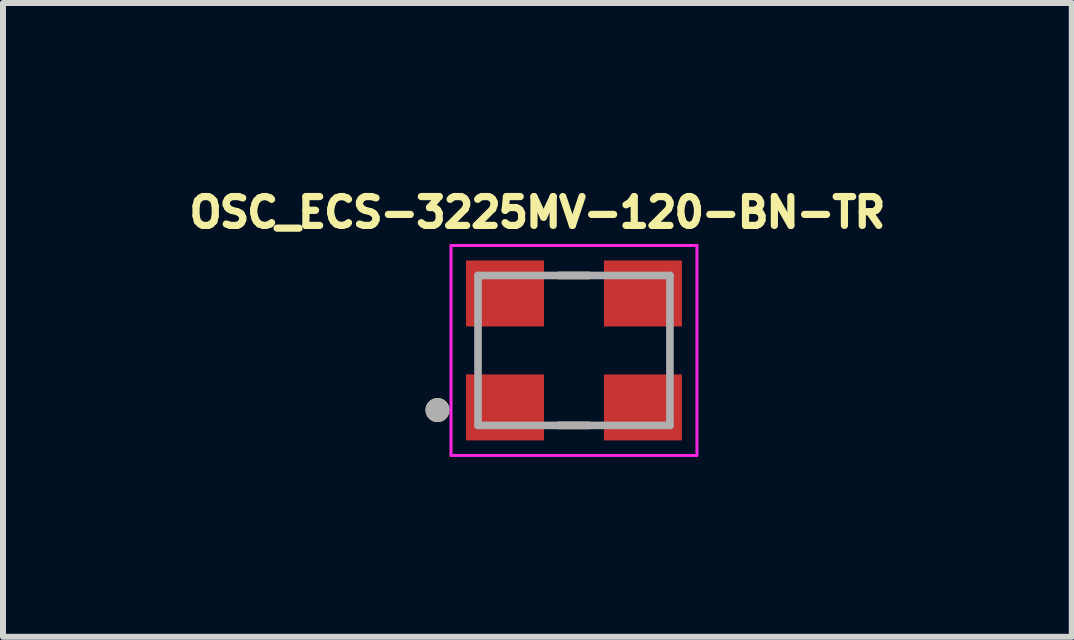
<source format=kicad_pcb>
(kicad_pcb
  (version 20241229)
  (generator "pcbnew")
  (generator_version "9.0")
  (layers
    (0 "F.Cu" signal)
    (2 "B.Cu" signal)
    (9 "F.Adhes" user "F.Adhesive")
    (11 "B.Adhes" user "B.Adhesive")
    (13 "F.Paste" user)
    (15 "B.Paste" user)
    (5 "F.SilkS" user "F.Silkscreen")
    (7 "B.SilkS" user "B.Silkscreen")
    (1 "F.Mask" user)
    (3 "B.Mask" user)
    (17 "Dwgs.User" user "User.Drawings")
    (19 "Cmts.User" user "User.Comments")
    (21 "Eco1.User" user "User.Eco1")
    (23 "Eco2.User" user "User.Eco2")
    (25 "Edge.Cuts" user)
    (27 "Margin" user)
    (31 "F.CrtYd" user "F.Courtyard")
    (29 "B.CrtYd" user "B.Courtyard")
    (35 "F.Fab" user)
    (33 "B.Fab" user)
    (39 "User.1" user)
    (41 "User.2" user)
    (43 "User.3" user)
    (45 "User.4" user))
  (footprint "OSC_ECS-3225MV-120-BN-TR"
    (layer "F.Cu")
    (at 6.52 2.793)
    (property "Reference" "OSC_ECS-3225MV-120-BN-TR" (at -0.61 -2.301 0) (layer "F.SilkS") (effects (font (size 0.481 0.481) (thickness 0.15))))
    (attr smd)
    (fp_line (start -0.25 -1.25) (end 0.25 -1.25) (stroke (width 0.127) (type solid)) (layer "F.SilkS"))
    (fp_line (start -0.25 1.25) (end 0.25 1.25) (stroke (width 0.127) (type solid)) (layer "F.SilkS"))
    (fp_circle (center -2.275 0.994) (end -2.175 0.994) (stroke (width 0.2) (type solid)) (fill no) (layer "F.SilkS"))
    (fp_line (start -2.05 -1.75) (end 2.05 -1.75) (stroke (width 0.05) (type solid)) (layer "F.CrtYd"))
    (fp_line (start -2.05 1.75) (end -2.05 -1.75) (stroke (width 0.05) (type solid)) (layer "F.CrtYd"))
    (fp_line (start 2.05 -1.75) (end 2.05 1.75) (stroke (width 0.05) (type solid)) (layer "F.CrtYd"))
    (fp_line (start 2.05 1.75) (end -2.05 1.75) (stroke (width 0.05) (type solid)) (layer "F.CrtYd"))
    (fp_line (start -1.6 -1.25) (end 1.6 -1.25) (stroke (width 0.127) (type solid)) (layer "F.Fab"))
    (fp_line (start -1.6 1.25) (end -1.6 -1.25) (stroke (width 0.127) (type solid)) (layer "F.Fab"))
    (fp_line (start 1.6 -1.25) (end 1.6 1.25) (stroke (width 0.127) (type solid)) (layer "F.Fab"))
    (fp_line (start 1.6 1.25) (end -1.6 1.25) (stroke (width 0.127) (type solid)) (layer "F.Fab"))
    (fp_circle (center -2.275 0.994) (end -2.175 0.994) (stroke (width 0.2) (type solid)) (fill no) (layer "F.Fab"))
    (pad "1" smd rect (at -1.15 0.95) (size 1.3 1.1) (layers "F.Cu" "F.Mask" "F.Paste"))
    (pad "2" smd rect (at 1.15 0.95) (size 1.3 1.1) (layers "F.Cu" "F.Mask" "F.Paste"))
    (pad "3" smd rect (at 1.15 -0.95) (size 1.3 1.1) (layers "F.Cu" "F.Mask" "F.Paste"))
    (pad "4" smd rect (at -1.15 -0.95) (size 1.3 1.1) (layers "F.Cu" "F.Mask" "F.Paste")))
  (gr_rect
    (start -3 -3)
    (end 14.82 7.568)
    (stroke (width 0.1) (type default))
    (fill no)
    (layer "Edge.Cuts")))
</source>
